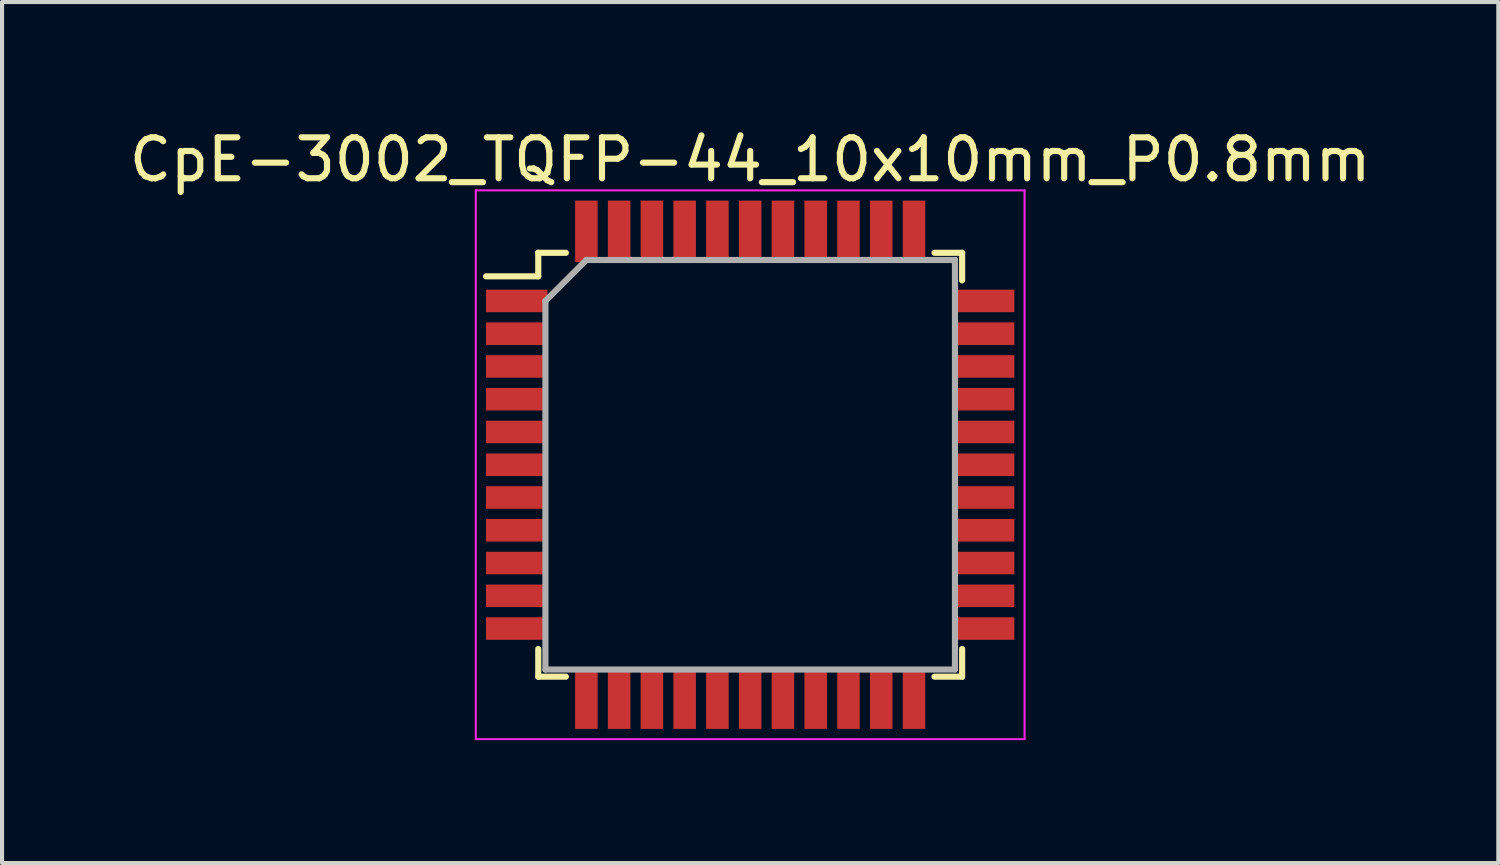
<source format=kicad_pcb>
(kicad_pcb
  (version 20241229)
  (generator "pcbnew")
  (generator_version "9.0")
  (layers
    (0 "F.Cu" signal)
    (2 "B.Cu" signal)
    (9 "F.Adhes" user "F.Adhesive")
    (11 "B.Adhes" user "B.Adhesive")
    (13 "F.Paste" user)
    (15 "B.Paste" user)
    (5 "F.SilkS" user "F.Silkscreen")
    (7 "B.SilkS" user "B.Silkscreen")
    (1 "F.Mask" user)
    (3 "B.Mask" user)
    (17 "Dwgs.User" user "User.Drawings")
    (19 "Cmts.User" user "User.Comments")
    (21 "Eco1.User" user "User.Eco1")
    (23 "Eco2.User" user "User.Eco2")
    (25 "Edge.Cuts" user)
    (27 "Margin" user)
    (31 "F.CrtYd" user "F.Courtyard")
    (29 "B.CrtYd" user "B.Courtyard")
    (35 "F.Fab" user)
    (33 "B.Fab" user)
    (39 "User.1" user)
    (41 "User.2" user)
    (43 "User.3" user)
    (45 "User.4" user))
  (footprint "CpE-3002_TQFP-44_10x10mm_P0.8mm"
    (layer "F.Cu")
    (at 15.268 8.298)
    (property "Reference" "CpE-3002_TQFP-44_10x10mm_P0.8mm" (at 0 -7.45 0) (layer "F.SilkS") (effects (font (size 1 1) (thickness 0.15))))
    (attr smd)
    (fp_line (start -5.175 -5.175) (end -5.175 -4.6) (stroke (width 0.15) (type solid)) (layer "F.SilkS"))
    (fp_line (start -5.175 -5.175) (end -4.5 -5.175) (stroke (width 0.15) (type solid)) (layer "F.SilkS"))
    (fp_line (start -5.175 -4.6) (end -6.45 -4.6) (stroke (width 0.15) (type solid)) (layer "F.SilkS"))
    (fp_line (start -5.175 5.175) (end -5.175 4.5) (stroke (width 0.15) (type solid)) (layer "F.SilkS"))
    (fp_line (start -5.175 5.175) (end -4.5 5.175) (stroke (width 0.15) (type solid)) (layer "F.SilkS"))
    (fp_line (start 5.175 -5.175) (end 4.5 -5.175) (stroke (width 0.15) (type solid)) (layer "F.SilkS"))
    (fp_line (start 5.175 -5.175) (end 5.175 -4.5) (stroke (width 0.15) (type solid)) (layer "F.SilkS"))
    (fp_line (start 5.175 5.175) (end 4.5 5.175) (stroke (width 0.15) (type solid)) (layer "F.SilkS"))
    (fp_line (start 5.175 5.175) (end 5.175 4.5) (stroke (width 0.15) (type solid)) (layer "F.SilkS"))
    (fp_line (start -6.7 -6.7) (end -6.7 6.7) (stroke (width 0.05) (type solid)) (layer "F.CrtYd"))
    (fp_line (start -6.7 -6.7) (end 6.7 -6.7) (stroke (width 0.05) (type solid)) (layer "F.CrtYd"))
    (fp_line (start -6.7 6.7) (end 6.7 6.7) (stroke (width 0.05) (type solid)) (layer "F.CrtYd"))
    (fp_line (start 6.7 -6.7) (end 6.7 6.7) (stroke (width 0.05) (type solid)) (layer "F.CrtYd"))
    (fp_line (start -5 -4) (end -4 -5) (stroke (width 0.15) (type solid)) (layer "F.Fab"))
    (fp_line (start -5 5) (end -5 -4) (stroke (width 0.15) (type solid)) (layer "F.Fab"))
    (fp_line (start -4 -5) (end 5 -5) (stroke (width 0.15) (type solid)) (layer "F.Fab"))
    (fp_line (start 5 -5) (end 5 5) (stroke (width 0.15) (type solid)) (layer "F.Fab"))
    (fp_line (start 5 5) (end -5 5) (stroke (width 0.15) (type solid)) (layer "F.Fab"))
    (pad "1" smd rect (at -5.7 -4) (size 1.5 0.55) (layers "F.Cu" "F.Mask" "F.Paste"))
    (pad "2" smd rect (at -5.7 -3.2) (size 1.5 0.55) (layers "F.Cu" "F.Mask" "F.Paste"))
    (pad "3" smd rect (at -5.7 -2.4) (size 1.5 0.55) (layers "F.Cu" "F.Mask" "F.Paste"))
    (pad "4" smd rect (at -5.7 -1.6) (size 1.5 0.55) (layers "F.Cu" "F.Mask" "F.Paste"))
    (pad "5" smd rect (at -5.7 -0.8) (size 1.5 0.55) (layers "F.Cu" "F.Mask" "F.Paste"))
    (pad "6" smd rect (at -5.7 0) (size 1.5 0.55) (layers "F.Cu" "F.Mask" "F.Paste"))
    (pad "7" smd rect (at -5.7 0.8) (size 1.5 0.55) (layers "F.Cu" "F.Mask" "F.Paste"))
    (pad "8" smd rect (at -5.7 1.6) (size 1.5 0.55) (layers "F.Cu" "F.Mask" "F.Paste"))
    (pad "9" smd rect (at -5.7 2.4) (size 1.5 0.55) (layers "F.Cu" "F.Mask" "F.Paste"))
    (pad "10" smd rect (at -5.7 3.2) (size 1.5 0.55) (layers "F.Cu" "F.Mask" "F.Paste"))
    (pad "11" smd rect (at -5.7 4) (size 1.5 0.55) (layers "F.Cu" "F.Mask" "F.Paste"))
    (pad "12" smd rect (at -4 5.7 90) (size 1.5 0.55) (layers "F.Cu" "F.Mask" "F.Paste"))
    (pad "13" smd rect (at -3.2 5.7 90) (size 1.5 0.55) (layers "F.Cu" "F.Mask" "F.Paste"))
    (pad "14" smd rect (at -2.4 5.7 90) (size 1.5 0.55) (layers "F.Cu" "F.Mask" "F.Paste"))
    (pad "15" smd rect (at -1.6 5.7 90) (size 1.5 0.55) (layers "F.Cu" "F.Mask" "F.Paste"))
    (pad "16" smd rect (at -0.8 5.7 90) (size 1.5 0.55) (layers "F.Cu" "F.Mask" "F.Paste"))
    (pad "17" smd rect (at 0 5.7 90) (size 1.5 0.55) (layers "F.Cu" "F.Mask" "F.Paste"))
    (pad "18" smd rect (at 0.8 5.7 90) (size 1.5 0.55) (layers "F.Cu" "F.Mask" "F.Paste"))
    (pad "19" smd rect (at 1.6 5.7 90) (size 1.5 0.55) (layers "F.Cu" "F.Mask" "F.Paste"))
    (pad "20" smd rect (at 2.4 5.7 90) (size 1.5 0.55) (layers "F.Cu" "F.Mask" "F.Paste"))
    (pad "21" smd rect (at 3.2 5.7 90) (size 1.5 0.55) (layers "F.Cu" "F.Mask" "F.Paste"))
    (pad "22" smd rect (at 4 5.7 90) (size 1.5 0.55) (layers "F.Cu" "F.Mask" "F.Paste"))
    (pad "23" smd rect (at 5.7 4) (size 1.5 0.55) (layers "F.Cu" "F.Mask" "F.Paste"))
    (pad "24" smd rect (at 5.7 3.2) (size 1.5 0.55) (layers "F.Cu" "F.Mask" "F.Paste"))
    (pad "25" smd rect (at 5.7 2.4) (size 1.5 0.55) (layers "F.Cu" "F.Mask" "F.Paste"))
    (pad "26" smd rect (at 5.7 1.6) (size 1.5 0.55) (layers "F.Cu" "F.Mask" "F.Paste"))
    (pad "27" smd rect (at 5.7 0.8) (size 1.5 0.55) (layers "F.Cu" "F.Mask" "F.Paste"))
    (pad "28" smd rect (at 5.7 0) (size 1.5 0.55) (layers "F.Cu" "F.Mask" "F.Paste"))
    (pad "29" smd rect (at 5.7 -0.8) (size 1.5 0.55) (layers "F.Cu" "F.Mask" "F.Paste"))
    (pad "30" smd rect (at 5.7 -1.6) (size 1.5 0.55) (layers "F.Cu" "F.Mask" "F.Paste"))
    (pad "31" smd rect (at 5.7 -2.4) (size 1.5 0.55) (layers "F.Cu" "F.Mask" "F.Paste"))
    (pad "32" smd rect (at 5.7 -3.2) (size 1.5 0.55) (layers "F.Cu" "F.Mask" "F.Paste"))
    (pad "33" smd rect (at 5.7 -4) (size 1.5 0.55) (layers "F.Cu" "F.Mask" "F.Paste"))
    (pad "34" smd rect (at 4 -5.7 90) (size 1.5 0.55) (layers "F.Cu" "F.Mask" "F.Paste"))
    (pad "35" smd rect (at 3.2 -5.7 90) (size 1.5 0.55) (layers "F.Cu" "F.Mask" "F.Paste"))
    (pad "36" smd rect (at 2.4 -5.7 90) (size 1.5 0.55) (layers "F.Cu" "F.Mask" "F.Paste"))
    (pad "37" smd rect (at 1.6 -5.7 90) (size 1.5 0.55) (layers "F.Cu" "F.Mask" "F.Paste"))
    (pad "38" smd rect (at 0.8 -5.7 90) (size 1.5 0.55) (layers "F.Cu" "F.Mask" "F.Paste"))
    (pad "39" smd rect (at 0 -5.7 90) (size 1.5 0.55) (layers "F.Cu" "F.Mask" "F.Paste"))
    (pad "40" smd rect (at -0.8 -5.7 90) (size 1.5 0.55) (layers "F.Cu" "F.Mask" "F.Paste"))
    (pad "41" smd rect (at -1.6 -5.7 90) (size 1.5 0.55) (layers "F.Cu" "F.Mask" "F.Paste"))
    (pad "42" smd rect (at -2.4 -5.7 90) (size 1.5 0.55) (layers "F.Cu" "F.Mask" "F.Paste"))
    (pad "43" smd rect (at -3.2 -5.7 90) (size 1.5 0.55) (layers "F.Cu" "F.Mask" "F.Paste"))
    (pad "44" smd rect (at -4 -5.7 90) (size 1.5 0.55) (layers "F.Cu" "F.Mask" "F.Paste")))
  (gr_rect
    (start -3 -3)
    (end 33.536 18.023)
    (stroke (width 0.1) (type default))
    (fill no)
    (layer "Edge.Cuts")))
</source>
